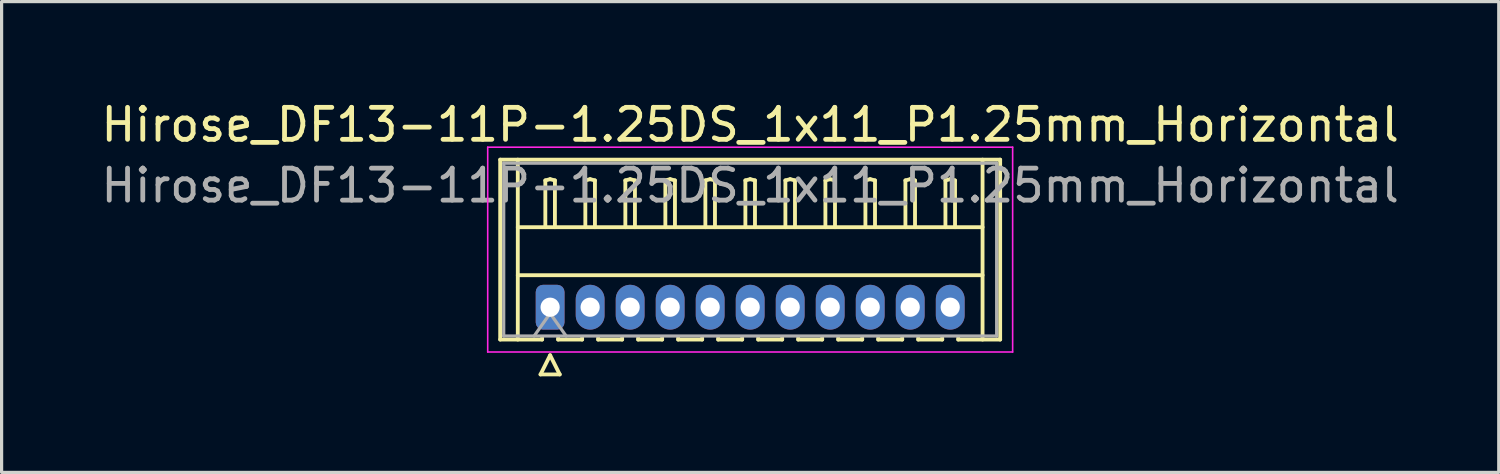
<source format=kicad_pcb>
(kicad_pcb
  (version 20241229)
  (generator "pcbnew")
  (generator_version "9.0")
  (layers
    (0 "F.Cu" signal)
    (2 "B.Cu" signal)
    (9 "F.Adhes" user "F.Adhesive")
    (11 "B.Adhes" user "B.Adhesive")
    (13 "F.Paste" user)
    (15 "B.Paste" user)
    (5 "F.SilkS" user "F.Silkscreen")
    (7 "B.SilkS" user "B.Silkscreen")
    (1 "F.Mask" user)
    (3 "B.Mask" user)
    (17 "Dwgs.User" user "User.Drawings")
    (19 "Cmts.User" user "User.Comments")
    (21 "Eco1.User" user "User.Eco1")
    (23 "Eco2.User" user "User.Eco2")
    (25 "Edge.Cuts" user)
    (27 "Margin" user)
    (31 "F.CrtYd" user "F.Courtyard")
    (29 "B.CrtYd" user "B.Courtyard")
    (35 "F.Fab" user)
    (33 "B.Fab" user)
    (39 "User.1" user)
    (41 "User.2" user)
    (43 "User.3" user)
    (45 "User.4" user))
  (footprint "Hirose_DF13-11P-1.25DS_1x11_P1.25mm_Horizontal"
    (layer "F.Cu")
    (at 14.137 6.548)
    (property "Reference" "Hirose_DF13-11P-1.25DS_1x11_P1.25mm_Horizontal" (at 6.25 -5.7 0) (layer "F.SilkS") (effects (font (size 1 1) (thickness 0.15))))
    (attr through_hole)
    (fp_line (start -1.56 -4.61) (end 14.06 -4.61) (stroke (width 0.12) (type solid)) (layer "F.SilkS"))
    (fp_line (start -1.56 1.01) (end -1.56 -4.61) (stroke (width 0.12) (type solid)) (layer "F.SilkS"))
    (fp_line (start -1.01 -4.61) (end -1.01 1.01) (stroke (width 0.12) (type solid)) (layer "F.SilkS"))
    (fp_line (start -1.01 -2.5) (end 13.51 -2.5) (stroke (width 0.12) (type solid)) (layer "F.SilkS"))
    (fp_line (start -1.01 -1) (end 13.51 -1) (stroke (width 0.12) (type solid)) (layer "F.SilkS"))
    (fp_line (start -0.3 2.1) (end 0.3 2.1) (stroke (width 0.12) (type solid)) (layer "F.SilkS"))
    (fp_line (start -0.25 0.96) (end -0.25 1.01) (stroke (width 0.12) (type solid)) (layer "F.SilkS"))
    (fp_line (start -0.25 1.01) (end -1.56 1.01) (stroke (width 0.12) (type solid)) (layer "F.SilkS"))
    (fp_line (start -0.15 -3.962) (end 0 -4) (stroke (width 0.12) (type solid)) (layer "F.SilkS"))
    (fp_line (start -0.15 -2.5) (end -0.15 -3.962) (stroke (width 0.12) (type solid)) (layer "F.SilkS"))
    (fp_line (start 0 -4) (end 0.15 -3.962) (stroke (width 0.12) (type solid)) (layer "F.SilkS"))
    (fp_line (start 0 1.5) (end -0.3 2.1) (stroke (width 0.12) (type solid)) (layer "F.SilkS"))
    (fp_line (start 0.15 -3.962) (end 0.15 -2.5) (stroke (width 0.12) (type solid)) (layer "F.SilkS"))
    (fp_line (start 0.25 0.96) (end 0.25 1.01) (stroke (width 0.12) (type solid)) (layer "F.SilkS"))
    (fp_line (start 0.25 1.01) (end 1 1.01) (stroke (width 0.12) (type solid)) (layer "F.SilkS"))
    (fp_line (start 0.3 2.1) (end 0 1.5) (stroke (width 0.12) (type solid)) (layer "F.SilkS"))
    (fp_line (start 1 1.01) (end 1 0.96) (stroke (width 0.12) (type solid)) (layer "F.SilkS"))
    (fp_line (start 1.1 -3.962) (end 1.25 -4) (stroke (width 0.12) (type solid)) (layer "F.SilkS"))
    (fp_line (start 1.1 -2.5) (end 1.1 -3.962) (stroke (width 0.12) (type solid)) (layer "F.SilkS"))
    (fp_line (start 1.25 -4) (end 1.4 -3.962) (stroke (width 0.12) (type solid)) (layer "F.SilkS"))
    (fp_line (start 1.4 -3.962) (end 1.4 -2.5) (stroke (width 0.12) (type solid)) (layer "F.SilkS"))
    (fp_line (start 1.5 0.96) (end 1.5 1.01) (stroke (width 0.12) (type solid)) (layer "F.SilkS"))
    (fp_line (start 1.5 1.01) (end 2.25 1.01) (stroke (width 0.12) (type solid)) (layer "F.SilkS"))
    (fp_line (start 2.25 1.01) (end 2.25 0.96) (stroke (width 0.12) (type solid)) (layer "F.SilkS"))
    (fp_line (start 2.35 -3.962) (end 2.5 -4) (stroke (width 0.12) (type solid)) (layer "F.SilkS"))
    (fp_line (start 2.35 -2.5) (end 2.35 -3.962) (stroke (width 0.12) (type solid)) (layer "F.SilkS"))
    (fp_line (start 2.5 -4) (end 2.65 -3.962) (stroke (width 0.12) (type solid)) (layer "F.SilkS"))
    (fp_line (start 2.65 -3.962) (end 2.65 -2.5) (stroke (width 0.12) (type solid)) (layer "F.SilkS"))
    (fp_line (start 2.75 0.96) (end 2.75 1.01) (stroke (width 0.12) (type solid)) (layer "F.SilkS"))
    (fp_line (start 2.75 1.01) (end 3.5 1.01) (stroke (width 0.12) (type solid)) (layer "F.SilkS"))
    (fp_line (start 3.5 1.01) (end 3.5 0.96) (stroke (width 0.12) (type solid)) (layer "F.SilkS"))
    (fp_line (start 3.6 -3.962) (end 3.75 -4) (stroke (width 0.12) (type solid)) (layer "F.SilkS"))
    (fp_line (start 3.6 -2.5) (end 3.6 -3.962) (stroke (width 0.12) (type solid)) (layer "F.SilkS"))
    (fp_line (start 3.75 -4) (end 3.9 -3.962) (stroke (width 0.12) (type solid)) (layer "F.SilkS"))
    (fp_line (start 3.9 -3.962) (end 3.9 -2.5) (stroke (width 0.12) (type solid)) (layer "F.SilkS"))
    (fp_line (start 4 0.96) (end 4 1.01) (stroke (width 0.12) (type solid)) (layer "F.SilkS"))
    (fp_line (start 4 1.01) (end 4.75 1.01) (stroke (width 0.12) (type solid)) (layer "F.SilkS"))
    (fp_line (start 4.75 1.01) (end 4.75 0.96) (stroke (width 0.12) (type solid)) (layer "F.SilkS"))
    (fp_line (start 4.85 -3.962) (end 5 -4) (stroke (width 0.12) (type solid)) (layer "F.SilkS"))
    (fp_line (start 4.85 -2.5) (end 4.85 -3.962) (stroke (width 0.12) (type solid)) (layer "F.SilkS"))
    (fp_line (start 5 -4) (end 5.15 -3.962) (stroke (width 0.12) (type solid)) (layer "F.SilkS"))
    (fp_line (start 5.15 -3.962) (end 5.15 -2.5) (stroke (width 0.12) (type solid)) (layer "F.SilkS"))
    (fp_line (start 5.25 0.96) (end 5.25 1.01) (stroke (width 0.12) (type solid)) (layer "F.SilkS"))
    (fp_line (start 5.25 1.01) (end 6 1.01) (stroke (width 0.12) (type solid)) (layer "F.SilkS"))
    (fp_line (start 6 1.01) (end 6 0.96) (stroke (width 0.12) (type solid)) (layer "F.SilkS"))
    (fp_line (start 6.1 -3.962) (end 6.25 -4) (stroke (width 0.12) (type solid)) (layer "F.SilkS"))
    (fp_line (start 6.1 -2.5) (end 6.1 -3.962) (stroke (width 0.12) (type solid)) (layer "F.SilkS"))
    (fp_line (start 6.25 -4) (end 6.4 -3.962) (stroke (width 0.12) (type solid)) (layer "F.SilkS"))
    (fp_line (start 6.4 -3.962) (end 6.4 -2.5) (stroke (width 0.12) (type solid)) (layer "F.SilkS"))
    (fp_line (start 6.5 0.96) (end 6.5 1.01) (stroke (width 0.12) (type solid)) (layer "F.SilkS"))
    (fp_line (start 6.5 1.01) (end 7.25 1.01) (stroke (width 0.12) (type solid)) (layer "F.SilkS"))
    (fp_line (start 7.25 1.01) (end 7.25 0.96) (stroke (width 0.12) (type solid)) (layer "F.SilkS"))
    (fp_line (start 7.35 -3.962) (end 7.5 -4) (stroke (width 0.12) (type solid)) (layer "F.SilkS"))
    (fp_line (start 7.35 -2.5) (end 7.35 -3.962) (stroke (width 0.12) (type solid)) (layer "F.SilkS"))
    (fp_line (start 7.5 -4) (end 7.65 -3.962) (stroke (width 0.12) (type solid)) (layer "F.SilkS"))
    (fp_line (start 7.65 -3.962) (end 7.65 -2.5) (stroke (width 0.12) (type solid)) (layer "F.SilkS"))
    (fp_line (start 7.75 0.96) (end 7.75 1.01) (stroke (width 0.12) (type solid)) (layer "F.SilkS"))
    (fp_line (start 7.75 1.01) (end 8.5 1.01) (stroke (width 0.12) (type solid)) (layer "F.SilkS"))
    (fp_line (start 8.5 1.01) (end 8.5 0.96) (stroke (width 0.12) (type solid)) (layer "F.SilkS"))
    (fp_line (start 8.6 -3.962) (end 8.75 -4) (stroke (width 0.12) (type solid)) (layer "F.SilkS"))
    (fp_line (start 8.6 -2.5) (end 8.6 -3.962) (stroke (width 0.12) (type solid)) (layer "F.SilkS"))
    (fp_line (start 8.75 -4) (end 8.9 -3.962) (stroke (width 0.12) (type solid)) (layer "F.SilkS"))
    (fp_line (start 8.9 -3.962) (end 8.9 -2.5) (stroke (width 0.12) (type solid)) (layer "F.SilkS"))
    (fp_line (start 9 0.96) (end 9 1.01) (stroke (width 0.12) (type solid)) (layer "F.SilkS"))
    (fp_line (start 9 1.01) (end 9.75 1.01) (stroke (width 0.12) (type solid)) (layer "F.SilkS"))
    (fp_line (start 9.75 1.01) (end 9.75 0.96) (stroke (width 0.12) (type solid)) (layer "F.SilkS"))
    (fp_line (start 9.85 -3.962) (end 10 -4) (stroke (width 0.12) (type solid)) (layer "F.SilkS"))
    (fp_line (start 9.85 -2.5) (end 9.85 -3.962) (stroke (width 0.12) (type solid)) (layer "F.SilkS"))
    (fp_line (start 10 -4) (end 10.15 -3.962) (stroke (width 0.12) (type solid)) (layer "F.SilkS"))
    (fp_line (start 10.15 -3.962) (end 10.15 -2.5) (stroke (width 0.12) (type solid)) (layer "F.SilkS"))
    (fp_line (start 10.25 0.96) (end 10.25 1.01) (stroke (width 0.12) (type solid)) (layer "F.SilkS"))
    (fp_line (start 10.25 1.01) (end 11 1.01) (stroke (width 0.12) (type solid)) (layer "F.SilkS"))
    (fp_line (start 11 1.01) (end 11 0.96) (stroke (width 0.12) (type solid)) (layer "F.SilkS"))
    (fp_line (start 11.1 -3.962) (end 11.25 -4) (stroke (width 0.12) (type solid)) (layer "F.SilkS"))
    (fp_line (start 11.1 -2.5) (end 11.1 -3.962) (stroke (width 0.12) (type solid)) (layer "F.SilkS"))
    (fp_line (start 11.25 -4) (end 11.4 -3.962) (stroke (width 0.12) (type solid)) (layer "F.SilkS"))
    (fp_line (start 11.4 -3.962) (end 11.4 -2.5) (stroke (width 0.12) (type solid)) (layer "F.SilkS"))
    (fp_line (start 11.5 0.96) (end 11.5 1.01) (stroke (width 0.12) (type solid)) (layer "F.SilkS"))
    (fp_line (start 11.5 1.01) (end 12.25 1.01) (stroke (width 0.12) (type solid)) (layer "F.SilkS"))
    (fp_line (start 12.25 1.01) (end 12.25 0.96) (stroke (width 0.12) (type solid)) (layer "F.SilkS"))
    (fp_line (start 12.35 -3.962) (end 12.5 -4) (stroke (width 0.12) (type solid)) (layer "F.SilkS"))
    (fp_line (start 12.35 -2.5) (end 12.35 -3.962) (stroke (width 0.12) (type solid)) (layer "F.SilkS"))
    (fp_line (start 12.5 -4) (end 12.65 -3.962) (stroke (width 0.12) (type solid)) (layer "F.SilkS"))
    (fp_line (start 12.65 -3.962) (end 12.65 -2.5) (stroke (width 0.12) (type solid)) (layer "F.SilkS"))
    (fp_line (start 12.75 1.01) (end 12.75 0.96) (stroke (width 0.12) (type solid)) (layer "F.SilkS"))
    (fp_line (start 13.51 -4.61) (end 13.51 1.01) (stroke (width 0.12) (type solid)) (layer "F.SilkS"))
    (fp_line (start 14.06 -4.61) (end 14.06 1.01) (stroke (width 0.12) (type solid)) (layer "F.SilkS"))
    (fp_line (start 14.06 1.01) (end 12.75 1.01) (stroke (width 0.12) (type solid)) (layer "F.SilkS"))
    (fp_line (start -1.95 -5) (end -1.95 1.4) (stroke (width 0.05) (type solid)) (layer "F.CrtYd"))
    (fp_line (start -1.95 1.4) (end 14.45 1.4) (stroke (width 0.05) (type solid)) (layer "F.CrtYd"))
    (fp_line (start 14.45 -5) (end -1.95 -5) (stroke (width 0.05) (type solid)) (layer "F.CrtYd"))
    (fp_line (start 14.45 1.4) (end 14.45 -5) (stroke (width 0.05) (type solid)) (layer "F.CrtYd"))
    (fp_line (start -1.45 -4.5) (end -1.45 0.9) (stroke (width 0.1) (type solid)) (layer "F.Fab"))
    (fp_line (start -1.45 0.9) (end 13.95 0.9) (stroke (width 0.1) (type solid)) (layer "F.Fab"))
    (fp_line (start -0.5 0.9) (end 0 0.193) (stroke (width 0.1) (type solid)) (layer "F.Fab"))
    (fp_line (start 0 0.193) (end 0.5 0.9) (stroke (width 0.1) (type solid)) (layer "F.Fab"))
    (fp_line (start 13.95 -4.5) (end -1.45 -4.5) (stroke (width 0.1) (type solid)) (layer "F.Fab"))
    (fp_line (start 13.95 0.9) (end 13.95 -4.5) (stroke (width 0.1) (type solid)) (layer "F.Fab"))
    (fp_text user "${REFERENCE}" (at 6.25 -3.8 0) (layer "F.Fab") (effects (font (size 1 1) (thickness 0.15))))
    (pad "1" thru_hole roundrect (at 0 0) (size 0.9 1.4) (drill 0.6) (layers "*.Cu" "*.Mask") (roundrect_rratio 0.25))
    (pad "2" thru_hole oval (at 1.25 0) (size 0.9 1.4) (drill 0.6) (layers "*.Cu" "*.Mask"))
    (pad "3" thru_hole oval (at 2.5 0) (size 0.9 1.4) (drill 0.6) (layers "*.Cu" "*.Mask"))
    (pad "4" thru_hole oval (at 3.75 0) (size 0.9 1.4) (drill 0.6) (layers "*.Cu" "*.Mask"))
    (pad "5" thru_hole oval (at 5 0) (size 0.9 1.4) (drill 0.6) (layers "*.Cu" "*.Mask"))
    (pad "6" thru_hole oval (at 6.25 0) (size 0.9 1.4) (drill 0.6) (layers "*.Cu" "*.Mask"))
    (pad "7" thru_hole oval (at 7.5 0) (size 0.9 1.4) (drill 0.6) (layers "*.Cu" "*.Mask"))
    (pad "8" thru_hole oval (at 8.75 0) (size 0.9 1.4) (drill 0.6) (layers "*.Cu" "*.Mask"))
    (pad "9" thru_hole oval (at 10 0) (size 0.9 1.4) (drill 0.6) (layers "*.Cu" "*.Mask"))
    (pad "10" thru_hole oval (at 11.25 0) (size 0.9 1.4) (drill 0.6) (layers "*.Cu" "*.Mask"))
    (pad "11" thru_hole oval (at 12.5 0) (size 0.9 1.4) (drill 0.6) (layers "*.Cu" "*.Mask")))
  (gr_rect
    (start -3 -3)
    (end 43.774 11.708)
    (stroke (width 0.1) (type default))
    (fill no)
    (layer "Edge.Cuts")))
</source>
